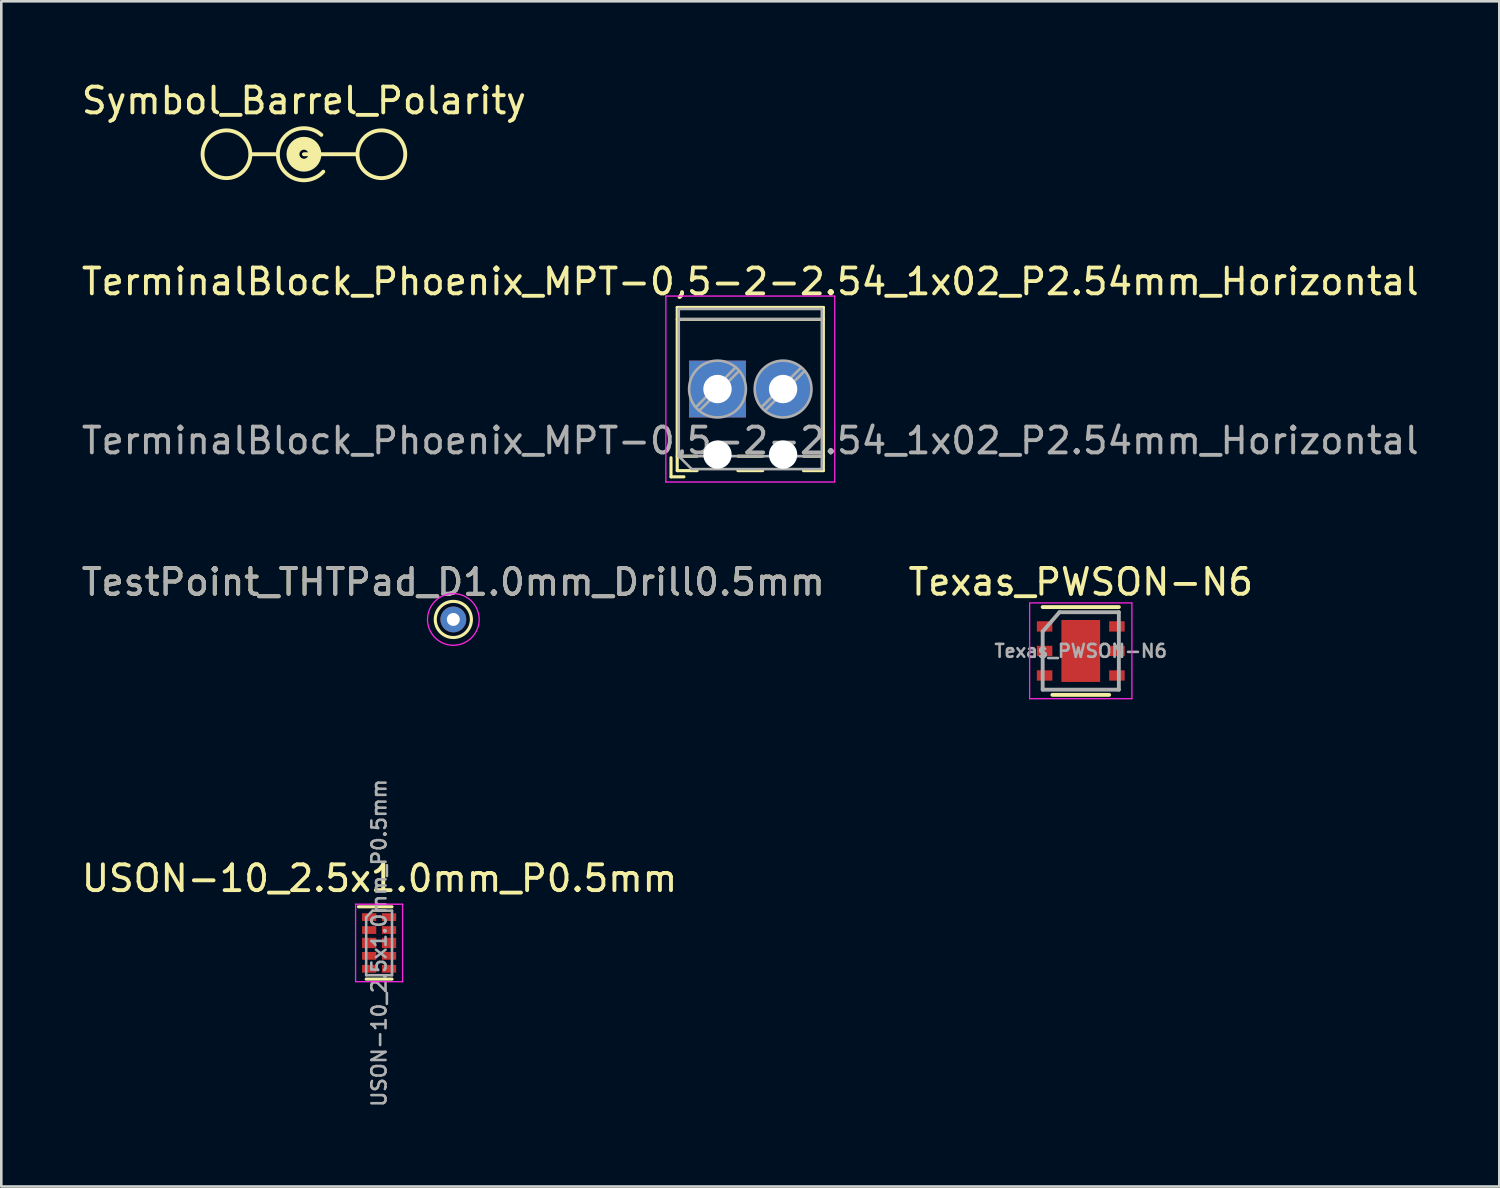
<source format=kicad_pcb>
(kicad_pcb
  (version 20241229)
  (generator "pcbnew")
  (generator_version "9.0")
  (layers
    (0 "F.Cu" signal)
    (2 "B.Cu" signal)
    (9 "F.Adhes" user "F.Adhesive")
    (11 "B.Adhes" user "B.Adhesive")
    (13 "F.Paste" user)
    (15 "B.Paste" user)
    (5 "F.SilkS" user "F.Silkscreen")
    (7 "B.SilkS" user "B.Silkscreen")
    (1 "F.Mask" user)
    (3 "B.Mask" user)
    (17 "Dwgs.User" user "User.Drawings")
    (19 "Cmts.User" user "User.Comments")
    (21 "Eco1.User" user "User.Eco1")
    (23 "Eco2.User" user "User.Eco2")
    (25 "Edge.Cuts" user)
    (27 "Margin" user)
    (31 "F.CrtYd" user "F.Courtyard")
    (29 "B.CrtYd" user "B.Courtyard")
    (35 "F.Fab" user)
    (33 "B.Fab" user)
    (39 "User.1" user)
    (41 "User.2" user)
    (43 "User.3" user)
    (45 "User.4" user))
  (footprint "TerminalBlock_Phoenix_MPT-0,5-2-2.54_1x02_P2.54mm_Horizontal"
    (layer "F.Cu")
    (at 24.736 12.016)
    (property "Reference" "TerminalBlock_Phoenix_MPT-0,5-2-2.54_1x02_P2.54mm_Horizontal" (at 1.27 -4.16 0) (layer "F.SilkS") (effects (font (size 1 1) (thickness 0.15))))
    (attr through_hole)
    (fp_line (start -1.8 2.66) (end -1.8 3.4) (stroke (width 0.12) (type solid)) (layer "F.SilkS"))
    (fp_line (start -1.8 3.4) (end -1.3 3.4) (stroke (width 0.12) (type solid)) (layer "F.SilkS"))
    (fp_line (start -1.56 -3.16) (end -1.56 3.16) (stroke (width 0.12) (type solid)) (layer "F.SilkS"))
    (fp_line (start -1.56 -3.16) (end 4.1 -3.16) (stroke (width 0.12) (type solid)) (layer "F.SilkS"))
    (fp_line (start -1.56 -2.7) (end 4.1 -2.7) (stroke (width 0.12) (type solid)) (layer "F.SilkS"))
    (fp_line (start -1.56 2.6) (end -0.79 2.6) (stroke (width 0.12) (type solid)) (layer "F.SilkS"))
    (fp_line (start -1.56 3.16) (end -0.79 3.16) (stroke (width 0.12) (type solid)) (layer "F.SilkS"))
    (fp_line (start 0.79 2.6) (end 1.75 2.6) (stroke (width 0.12) (type solid)) (layer "F.SilkS"))
    (fp_line (start 0.79 3.16) (end 1.75 3.16) (stroke (width 0.12) (type solid)) (layer "F.SilkS"))
    (fp_line (start 3.33 2.6) (end 4.1 2.6) (stroke (width 0.12) (type solid)) (layer "F.SilkS"))
    (fp_line (start 3.33 3.16) (end 4.1 3.16) (stroke (width 0.12) (type solid)) (layer "F.SilkS"))
    (fp_line (start 4.1 -3.16) (end 4.1 3.16) (stroke (width 0.12) (type solid)) (layer "F.SilkS"))
    (fp_line (start -2 -3.6) (end -2 3.6) (stroke (width 0.05) (type solid)) (layer "F.CrtYd"))
    (fp_line (start -2 3.6) (end 4.54 3.6) (stroke (width 0.05) (type solid)) (layer "F.CrtYd"))
    (fp_line (start 4.54 -3.6) (end -2 -3.6) (stroke (width 0.05) (type solid)) (layer "F.CrtYd"))
    (fp_line (start 4.54 3.6) (end 4.54 -3.6) (stroke (width 0.05) (type solid)) (layer "F.CrtYd"))
    (fp_line (start -1.5 -3.1) (end 4.04 -3.1) (stroke (width 0.1) (type solid)) (layer "F.Fab"))
    (fp_line (start -1.5 -2.7) (end 4.04 -2.7) (stroke (width 0.1) (type solid)) (layer "F.Fab"))
    (fp_line (start -1.5 2.6) (end -1.5 -3.1) (stroke (width 0.1) (type solid)) (layer "F.Fab"))
    (fp_line (start -1.5 2.6) (end 4.04 2.6) (stroke (width 0.1) (type solid)) (layer "F.Fab"))
    (fp_line (start -1 3.1) (end -1.5 2.6) (stroke (width 0.1) (type solid)) (layer "F.Fab"))
    (fp_line (start 0.701 -0.835) (end -0.835 0.7) (stroke (width 0.1) (type solid)) (layer "F.Fab"))
    (fp_line (start 0.835 -0.7) (end -0.701 0.835) (stroke (width 0.1) (type solid)) (layer "F.Fab"))
    (fp_line (start 3.241 -0.835) (end 1.706 0.7) (stroke (width 0.1) (type solid)) (layer "F.Fab"))
    (fp_line (start 3.375 -0.7) (end 1.84 0.835) (stroke (width 0.1) (type solid)) (layer "F.Fab"))
    (fp_line (start 4.04 -3.1) (end 4.04 3.1) (stroke (width 0.1) (type solid)) (layer "F.Fab"))
    (fp_line (start 4.04 3.1) (end -1 3.1) (stroke (width 0.1) (type solid)) (layer "F.Fab"))
    (fp_circle (center 0 0) (end 1.1 0) (stroke (width 0.1) (type solid)) (fill no) (layer "F.Fab"))
    (fp_circle (center 2.54 0) (end 3.64 0) (stroke (width 0.1) (type solid)) (fill no) (layer "F.Fab"))
    (fp_text user "${REFERENCE}" (at 1.27 2 0) (layer "F.Fab") (effects (font (size 1 1) (thickness 0.15))))
    (pad "" np_thru_hole circle (at 0 2.54) (size 1.1 1.1) (drill 1.1) (layers "*.Cu" "*.Mask"))
    (pad "" np_thru_hole circle (at 2.54 2.54) (size 1.1 1.1) (drill 1.1) (layers "*.Cu" "*.Mask"))
    (pad "1" thru_hole rect (at 0 0) (size 2.2 2.2) (drill 1.1) (layers "*.Cu" "*.Mask"))
    (pad "2" thru_hole circle (at 2.54 0) (size 2.2 2.2) (drill 1.1) (layers "*.Cu" "*.Mask")))
  (footprint "USON-10_2.5x1.0mm_P0.5mm"
    (layer "F.Cu")
    (at 11.631 33.467)
    (property "Reference" "USON-10_2.5x1.0mm_P0.5mm" (at 0.018 -2.5 180) (layer "F.SilkS") (effects (font (size 1 1) (thickness 0.15))))
    (attr smd)
    (fp_line (start 0.5 -1.4) (end -0.8 -1.4) (stroke (width 0.12) (type solid)) (layer "F.SilkS"))
    (fp_line (start 0.5 1.4) (end -0.5 1.4) (stroke (width 0.12) (type solid)) (layer "F.SilkS"))
    (fp_line (start -0.91 -1.5) (end 0.91 -1.5) (stroke (width 0.05) (type solid)) (layer "F.CrtYd"))
    (fp_line (start -0.91 1.5) (end -0.91 -1.5) (stroke (width 0.05) (type solid)) (layer "F.CrtYd"))
    (fp_line (start 0.91 -1.5) (end 0.91 1.5) (stroke (width 0.05) (type solid)) (layer "F.CrtYd"))
    (fp_line (start 0.91 1.5) (end -0.91 1.5) (stroke (width 0.05) (type solid)) (layer "F.CrtYd"))
    (fp_line (start -0.5 -1) (end -0.5 1.25) (stroke (width 0.1) (type solid)) (layer "F.Fab"))
    (fp_line (start -0.5 1.25) (end 0.5 1.25) (stroke (width 0.1) (type solid)) (layer "F.Fab"))
    (fp_line (start -0.25 -1.25) (end -0.5 -1) (stroke (width 0.1) (type solid)) (layer "F.Fab"))
    (fp_line (start 0.5 -1.25) (end -0.25 -1.25) (stroke (width 0.1) (type solid)) (layer "F.Fab"))
    (fp_line (start 0.5 -1.25) (end 0.5 1.25) (stroke (width 0.1) (type solid)) (layer "F.Fab"))
    (fp_text user "${REFERENCE}" (at 0 0 90) (layer "F.Fab") (effects (font (size 0.55 0.55) (thickness 0.1))))
    (pad "1" smd rect (at -0.385 -1 270) (size 0.3 0.55) (layers "F.Cu" "F.Mask" "F.Paste"))
    (pad "2" smd rect (at -0.385 -0.5 270) (size 0.3 0.55) (layers "F.Cu" "F.Mask" "F.Paste"))
    (pad "3" smd rect (at -0.385 0 270) (size 0.4 0.55) (layers "F.Cu" "F.Mask" "F.Paste"))
    (pad "4" smd rect (at -0.385 0.5 270) (size 0.3 0.55) (layers "F.Cu" "F.Mask" "F.Paste"))
    (pad "5" smd rect (at -0.385 1 270) (size 0.3 0.55) (layers "F.Cu" "F.Mask" "F.Paste"))
    (pad "6" smd rect (at 0.385 1 270) (size 0.3 0.55) (layers "F.Cu" "F.Mask" "F.Paste"))
    (pad "7" smd rect (at 0.385 0.5 270) (size 0.3 0.55) (layers "F.Cu" "F.Mask" "F.Paste"))
    (pad "8" smd rect (at 0.385 0 270) (size 0.4 0.55) (layers "F.Cu" "F.Mask" "F.Paste"))
    (pad "9" smd rect (at 0.385 -0.5 270) (size 0.3 0.55) (layers "F.Cu" "F.Mask" "F.Paste"))
    (pad "10" smd rect (at 0.385 -1 270) (size 0.3 0.55) (layers "F.Cu" "F.Mask" "F.Paste")))
  (footprint "TestPoint_THTPad_D1.0mm_Drill0.5mm"
    (layer "F.Cu")
    (at 14.506 20.939)
    (property "Reference" "TestPoint_THTPad_D1.0mm_Drill0.5mm" (at 0 -1.448 0) (layer "F.SilkS") (effects (font (size 1 1) (thickness 0.15))))
    (attr exclude_from_pos_files)
    (fp_circle (center 0 0) (end 0 0.7) (stroke (width 0.12) (type solid)) (fill no) (layer "F.SilkS"))
    (fp_circle (center 0 0) (end 1 0) (stroke (width 0.05) (type solid)) (fill no) (layer "F.CrtYd"))
    (fp_text user "${REFERENCE}" (at 0 -1.45 0) (layer "F.Fab") (effects (font (size 1 1) (thickness 0.15))))
    (pad "1" thru_hole circle (at 0 0) (size 1 1) (drill 0.5) (layers "*.Cu" "*.Mask")))
  (footprint "Texas_PWSON-N6"
    (layer "F.Cu")
    (at 38.804 22.159)
    (property "Reference" "Texas_PWSON-N6" (at 0 -2.67 180) (layer "F.SilkS") (effects (font (size 1 1) (thickness 0.15))))
    (attr smd)
    (fp_line (start 1.1 1.7) (end -1.1 1.7) (stroke (width 0.15) (type solid)) (layer "F.SilkS"))
    (fp_line (start 1.475 -1.7) (end -1.475 -1.7) (stroke (width 0.15) (type solid)) (layer "F.SilkS"))
    (fp_line (start -1.98 -1.86) (end 1.98 -1.86) (stroke (width 0.05) (type solid)) (layer "F.CrtYd"))
    (fp_line (start -1.98 1.85) (end -1.98 -1.85) (stroke (width 0.05) (type solid)) (layer "F.CrtYd"))
    (fp_line (start -1.98 1.85) (end 1.98 1.85) (stroke (width 0.05) (type solid)) (layer "F.CrtYd"))
    (fp_line (start 1.98 1.85) (end 1.98 -1.85) (stroke (width 0.05) (type solid)) (layer "F.CrtYd"))
    (fp_line (start -1.475 -0.75) (end -0.825 -1.5) (stroke (width 0.15) (type solid)) (layer "F.Fab"))
    (fp_line (start -1.475 1.5) (end -1.475 -0.75) (stroke (width 0.15) (type solid)) (layer "F.Fab"))
    (fp_line (start 1.475 -1.5) (end -0.825 -1.5) (stroke (width 0.15) (type solid)) (layer "F.Fab"))
    (fp_line (start 1.475 -1.5) (end 1.475 1.5) (stroke (width 0.15) (type solid)) (layer "F.Fab"))
    (fp_line (start 1.475 1.5) (end -1.475 1.5) (stroke (width 0.15) (type solid)) (layer "F.Fab"))
    (fp_text user "${REFERENCE}" (at 0 0 180) (layer "F.Fab") (effects (font (size 0.5 0.5) (thickness 0.1))))
    (pad "1" smd rect (at -1.4 -0.95) (size 0.6 0.4) (layers "F.Cu" "F.Mask" "F.Paste"))
    (pad "2" smd rect (at -1.4 0) (size 0.6 0.4) (layers "F.Cu" "F.Mask" "F.Paste"))
    (pad "3" smd rect (at -1.4 0.95) (size 0.6 0.4) (layers "F.Cu" "F.Mask" "F.Paste"))
    (pad "4" smd rect (at 1.4 0.95) (size 0.6 0.4) (layers "F.Cu" "F.Mask" "F.Paste"))
    (pad "5" smd rect (at 1.4 0) (size 0.6 0.4) (layers "F.Cu" "F.Mask" "F.Paste"))
    (pad "6" smd rect (at 1.4 -0.95) (size 0.6 0.4) (layers "F.Cu" "F.Mask" "F.Paste"))
    (pad "7" smd rect (at 0 0) (size 1.5 2.4) (layers "F.Cu" "F.Mask" "F.Paste")))
  (footprint "Symbol_Barrel_Polarity"
    (placed yes)
    (layer "F.Cu")
    (at 8.72 2.848)
    (property "Reference" "Symbol_Barrel_Polarity" (at 0 -2 180) (layer "F.SilkS") (effects (font (size 1 1) (thickness 0.15))))
    (attr exclude_from_pos_files exclude_from_bom)
    (fp_line (start -2 0.075) (end -1.1 0.075) (stroke (width 0.15) (type solid)) (layer "F.SilkS"))
    (fp_line (start 0 0.075) (end 2 0.075) (stroke (width 0.15) (type solid)) (layer "F.SilkS"))
    (fp_arc (start 0.75 0.75) (mid -1.007627 0.128033) (end 0.675 -0.675) (stroke (width 0.15) (type solid)) (layer "F.SilkS"))
    (fp_circle (center -3 0.075) (end -3 1) (stroke (width 0.15) (type solid)) (fill no) (layer "F.SilkS"))
    (fp_circle (center 0 0.075) (end 0 0.25) (stroke (width 0.5) (type solid)) (fill no) (layer "F.SilkS"))
    (fp_circle (center 3 0.075) (end 3 1) (stroke (width 0.15) (type solid)) (fill no) (layer "F.SilkS")))
  (gr_rect
    (start -3 -3)
    (end 55.012 42.9)
    (stroke (width 0.1) (type default))
    (fill no)
    (layer "Edge.Cuts")))
</source>
